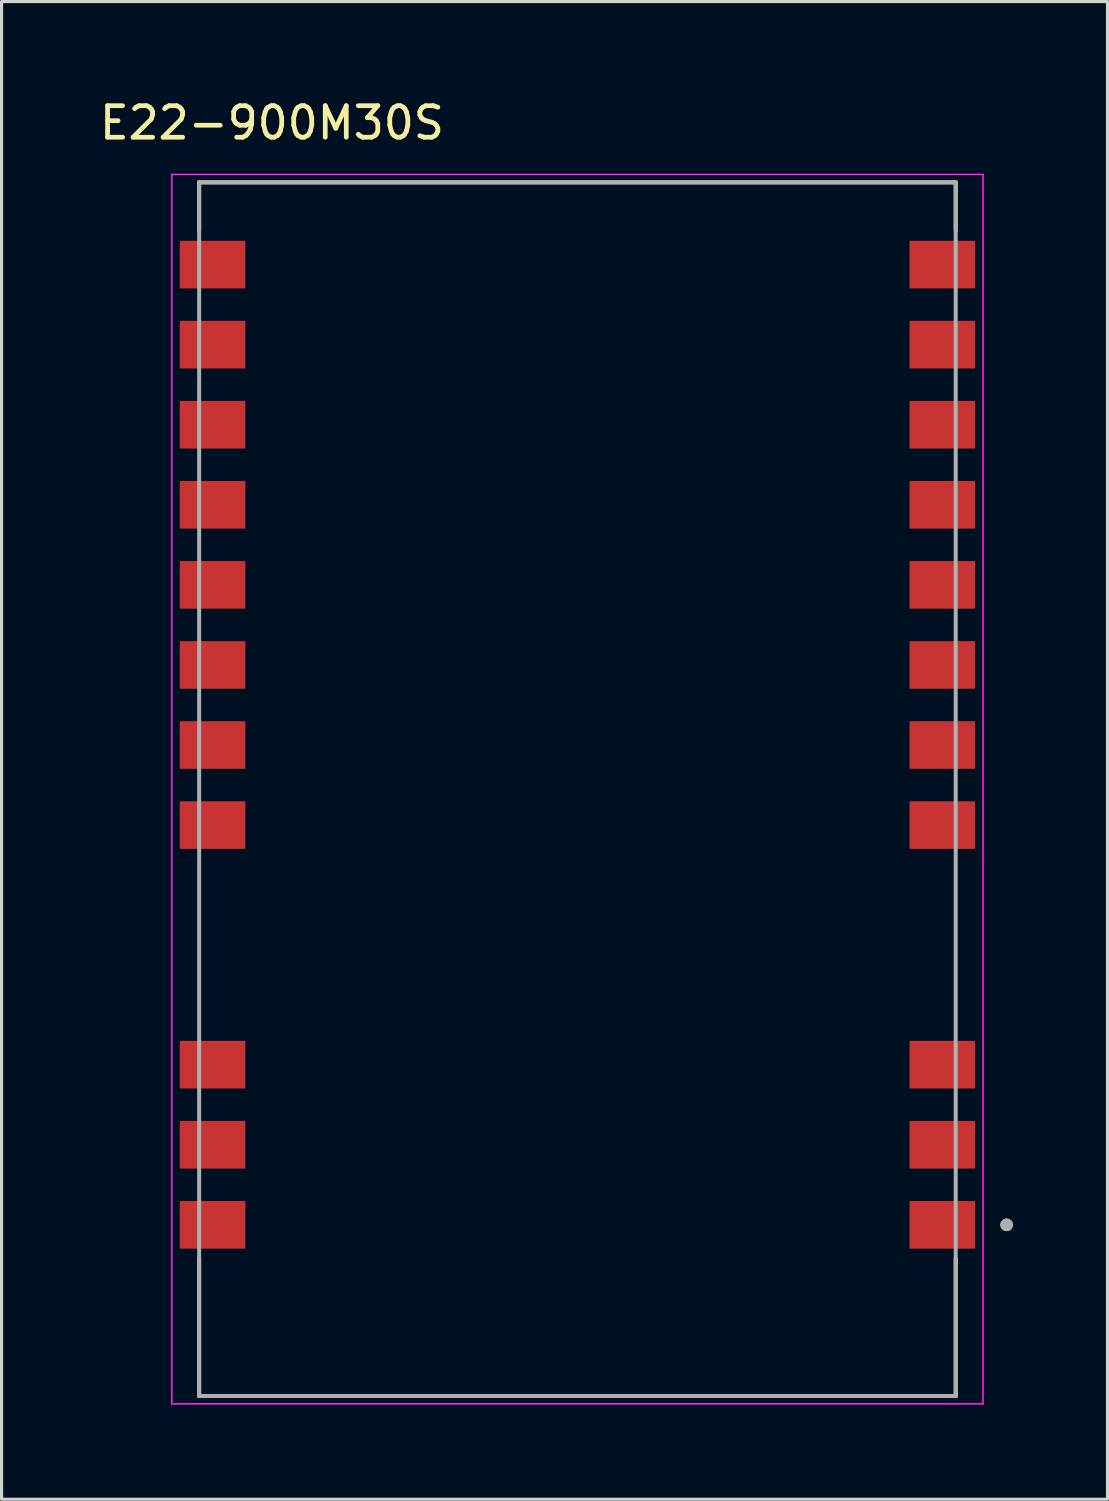
<source format=kicad_pcb>
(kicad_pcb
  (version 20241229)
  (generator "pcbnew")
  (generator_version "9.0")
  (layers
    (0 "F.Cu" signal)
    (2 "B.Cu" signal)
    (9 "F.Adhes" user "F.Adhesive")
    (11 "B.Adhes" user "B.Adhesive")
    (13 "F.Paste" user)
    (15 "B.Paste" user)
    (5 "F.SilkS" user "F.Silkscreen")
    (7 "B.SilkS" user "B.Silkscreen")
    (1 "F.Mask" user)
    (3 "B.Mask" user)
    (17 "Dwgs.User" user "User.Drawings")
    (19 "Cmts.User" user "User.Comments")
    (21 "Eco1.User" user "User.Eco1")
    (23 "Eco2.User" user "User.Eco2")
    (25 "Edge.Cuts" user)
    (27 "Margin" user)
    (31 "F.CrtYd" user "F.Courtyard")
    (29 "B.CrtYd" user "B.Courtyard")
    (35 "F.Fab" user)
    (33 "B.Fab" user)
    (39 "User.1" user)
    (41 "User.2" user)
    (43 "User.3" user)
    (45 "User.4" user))
  (footprint "E22-900M30S"
    (layer "F.Cu")
    (at 15.267 21.983)
    (property "Reference" "E22-900M30S" (at -9.69 -21.135 0) (layer "F.SilkS") (effects (font (size 1 1) (thickness 0.15))))
    (attr smd)
    (fp_line (start -12 -19.25) (end 12 -19.25) (stroke (width 0.127) (type solid)) (layer "F.SilkS"))
    (fp_line (start -12 -17.715) (end -12 -19.25) (stroke (width 0.127) (type solid)) (layer "F.SilkS"))
    (fp_line (start -12 19.25) (end -12 14.895) (stroke (width 0.127) (type solid)) (layer "F.SilkS"))
    (fp_line (start 12 -19.25) (end 12 -17.715) (stroke (width 0.127) (type solid)) (layer "F.SilkS"))
    (fp_line (start 12 19.25) (end -12 19.25) (stroke (width 0.127) (type solid)) (layer "F.SilkS"))
    (fp_line (start 12 19.25) (end 12 14.895) (stroke (width 0.127) (type solid)) (layer "F.SilkS"))
    (fp_circle (center 13.615 13.82) (end 13.715 13.82) (stroke (width 0.2) (type solid)) (fill no) (layer "F.SilkS"))
    (fp_line (start -12.865 -19.5) (end -12.865 19.5) (stroke (width 0.05) (type solid)) (layer "F.CrtYd"))
    (fp_line (start -12.865 19.5) (end 12.865 19.5) (stroke (width 0.05) (type solid)) (layer "F.CrtYd"))
    (fp_line (start 12.865 -19.5) (end -12.865 -19.5) (stroke (width 0.05) (type solid)) (layer "F.CrtYd"))
    (fp_line (start 12.865 19.5) (end 12.865 -19.5) (stroke (width 0.05) (type solid)) (layer "F.CrtYd"))
    (fp_line (start -12 -19.25) (end 12 -19.25) (stroke (width 0.127) (type solid)) (layer "F.Fab"))
    (fp_line (start -12 19.25) (end -12 -19.25) (stroke (width 0.127) (type solid)) (layer "F.Fab"))
    (fp_line (start 12 -19.25) (end 12 19.25) (stroke (width 0.127) (type solid)) (layer "F.Fab"))
    (fp_line (start 12 19.25) (end -12 19.25) (stroke (width 0.127) (type solid)) (layer "F.Fab"))
    (fp_circle (center 13.615 13.82) (end 13.715 13.82) (stroke (width 0.2) (type solid)) (fill no) (layer "F.Fab"))
    (pad "1" smd rect (at 11.575 13.82) (size 2.08 1.51) (layers "F.Cu" "F.Mask" "F.Paste"))
    (pad "2" smd rect (at 11.575 11.28) (size 2.08 1.51) (layers "F.Cu" "F.Mask" "F.Paste"))
    (pad "3" smd rect (at 11.575 8.74) (size 2.08 1.51) (layers "F.Cu" "F.Mask" "F.Paste"))
    (pad "4" smd rect (at 11.575 1.14) (size 2.08 1.51) (layers "F.Cu" "F.Mask" "F.Paste"))
    (pad "5" smd rect (at 11.575 -1.4) (size 2.08 1.51) (layers "F.Cu" "F.Mask" "F.Paste"))
    (pad "6" smd rect (at 11.575 -3.94) (size 2.08 1.51) (layers "F.Cu" "F.Mask" "F.Paste"))
    (pad "7" smd rect (at 11.575 -6.48) (size 2.08 1.51) (layers "F.Cu" "F.Mask" "F.Paste"))
    (pad "8" smd rect (at 11.575 -9.02) (size 2.08 1.51) (layers "F.Cu" "F.Mask" "F.Paste"))
    (pad "9" smd rect (at 11.575 -11.56) (size 2.08 1.51) (layers "F.Cu" "F.Mask" "F.Paste"))
    (pad "10" smd rect (at 11.575 -14.1) (size 2.08 1.51) (layers "F.Cu" "F.Mask" "F.Paste"))
    (pad "11" smd rect (at 11.575 -16.64) (size 2.08 1.51) (layers "F.Cu" "F.Mask" "F.Paste"))
    (pad "12" smd rect (at -11.575 -16.64) (size 2.08 1.51) (layers "F.Cu" "F.Mask" "F.Paste"))
    (pad "13" smd rect (at -11.575 -14.1) (size 2.08 1.51) (layers "F.Cu" "F.Mask" "F.Paste"))
    (pad "14" smd rect (at -11.575 -11.56) (size 2.08 1.51) (layers "F.Cu" "F.Mask" "F.Paste"))
    (pad "15" smd rect (at -11.575 -9.02) (size 2.08 1.51) (layers "F.Cu" "F.Mask" "F.Paste"))
    (pad "16" smd rect (at -11.575 -6.48) (size 2.08 1.51) (layers "F.Cu" "F.Mask" "F.Paste"))
    (pad "17" smd rect (at -11.575 -3.94) (size 2.08 1.51) (layers "F.Cu" "F.Mask" "F.Paste"))
    (pad "18" smd rect (at -11.575 -1.4) (size 2.08 1.51) (layers "F.Cu" "F.Mask" "F.Paste"))
    (pad "19" smd rect (at -11.575 1.14) (size 2.08 1.51) (layers "F.Cu" "F.Mask" "F.Paste"))
    (pad "20" smd rect (at -11.575 8.74) (size 2.08 1.51) (layers "F.Cu" "F.Mask" "F.Paste"))
    (pad "21" smd rect (at -11.575 11.28) (size 2.08 1.51) (layers "F.Cu" "F.Mask" "F.Paste"))
    (pad "22" smd rect (at -11.575 13.82) (size 2.08 1.51) (layers "F.Cu" "F.Mask" "F.Paste")))
  (gr_rect
    (start -3 -3)
    (end 32.082 44.508)
    (stroke (width 0.1) (type default))
    (fill no)
    (layer "Edge.Cuts")))
</source>
